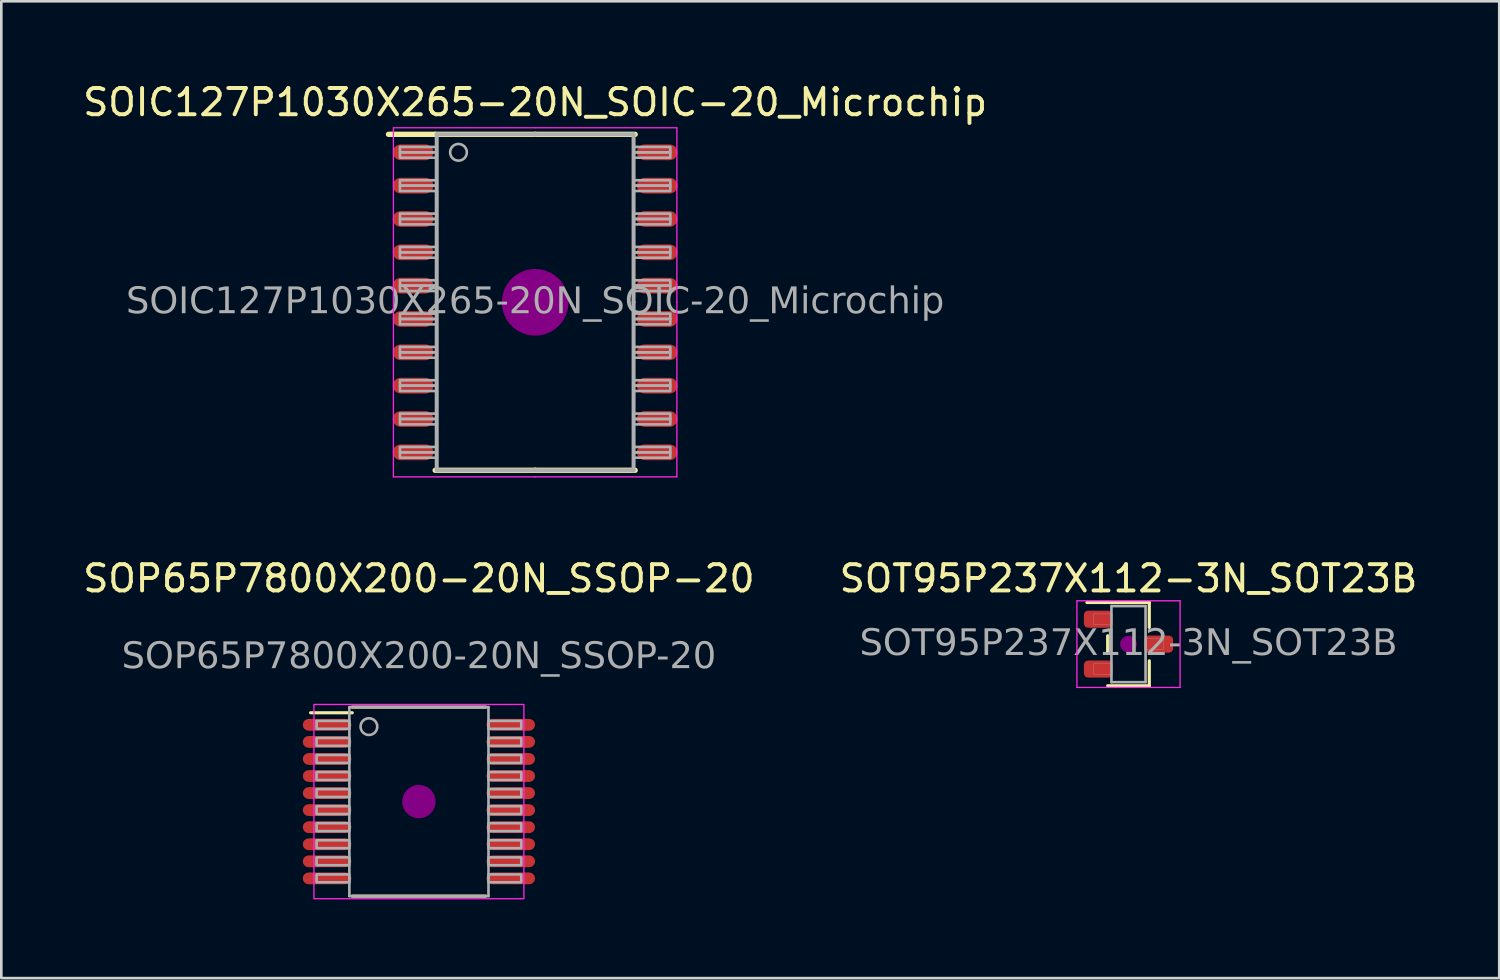
<source format=kicad_pcb>
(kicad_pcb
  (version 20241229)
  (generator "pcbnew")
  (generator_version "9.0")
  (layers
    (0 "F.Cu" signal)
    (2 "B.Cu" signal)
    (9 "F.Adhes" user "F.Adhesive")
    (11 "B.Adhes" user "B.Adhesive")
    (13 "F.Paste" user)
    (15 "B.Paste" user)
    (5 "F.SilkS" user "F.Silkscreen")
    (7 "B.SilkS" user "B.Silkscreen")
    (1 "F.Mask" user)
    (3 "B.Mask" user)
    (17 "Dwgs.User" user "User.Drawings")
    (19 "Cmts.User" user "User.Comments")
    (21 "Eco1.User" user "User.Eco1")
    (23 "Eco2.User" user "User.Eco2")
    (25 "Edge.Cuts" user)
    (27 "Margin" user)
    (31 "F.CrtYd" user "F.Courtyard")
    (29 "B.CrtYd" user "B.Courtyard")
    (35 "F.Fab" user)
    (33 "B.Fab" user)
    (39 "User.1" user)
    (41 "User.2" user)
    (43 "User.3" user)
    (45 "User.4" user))
  (footprint "SOIC127P1030X265-20N_SOIC-20_Microchip"
    (layer "F.Cu")
    (at 17.339 8.468)
    (property "Reference" "SOIC127P1030X265-20N_SOIC-20_Microchip" (at 0 -7.62 0) (layer "F.SilkS") (effects (font (size 1 1) (thickness 0.15))))
    (attr smd)
    (fp_line (start -3.81 -6.4) (end -5.588 -6.4) (stroke (width 0.203) (type solid)) (layer "F.SilkS"))
    (fp_line (start 0 -6.4) (end -3.81 -6.4) (stroke (width 0.203) (type solid)) (layer "F.SilkS"))
    (fp_line (start 0 -6.4) (end 3.81 -6.4) (stroke (width 0.203) (type solid)) (layer "F.SilkS"))
    (fp_line (start 0 6.4) (end -3.81 6.4) (stroke (width 0.203) (type solid)) (layer "F.SilkS"))
    (fp_line (start 0 6.4) (end 3.81 6.4) (stroke (width 0.203) (type solid)) (layer "F.SilkS"))
    (fp_circle (center 0 0) (end 1.27 0) (stroke (width 0) (type solid)) (fill yes) (layer "F.Adhes"))
    (fp_line (start -5.4 0) (end -5.4 -6.65) (stroke (width 0.05) (type solid)) (layer "F.CrtYd"))
    (fp_line (start -5.4 0) (end -5.4 6.65) (stroke (width 0.05) (type solid)) (layer "F.CrtYd"))
    (fp_line (start 0 -6.65) (end -5.4 -6.65) (stroke (width 0.05) (type solid)) (layer "F.CrtYd"))
    (fp_line (start 0 -6.65) (end 5.4 -6.65) (stroke (width 0.05) (type solid)) (layer "F.CrtYd"))
    (fp_line (start 0 6.65) (end -5.4 6.65) (stroke (width 0.05) (type solid)) (layer "F.CrtYd"))
    (fp_line (start 0 6.65) (end 5.4 6.65) (stroke (width 0.05) (type solid)) (layer "F.CrtYd"))
    (fp_line (start 5.4 0) (end 5.4 -6.65) (stroke (width 0.05) (type solid)) (layer "F.CrtYd"))
    (fp_line (start 5.4 0) (end 5.4 6.65) (stroke (width 0.05) (type solid)) (layer "F.CrtYd"))
    (fp_line (start -3.75 0) (end -3.75 -6.4) (stroke (width 0.152) (type solid)) (layer "F.Fab"))
    (fp_line (start -3.75 0) (end -3.75 6.4) (stroke (width 0.152) (type solid)) (layer "F.Fab"))
    (fp_line (start 0 -6.4) (end -3.75 -6.4) (stroke (width 0.152) (type solid)) (layer "F.Fab"))
    (fp_line (start 0 -6.4) (end 3.75 -6.4) (stroke (width 0.152) (type solid)) (layer "F.Fab"))
    (fp_line (start 0 6.4) (end -3.75 6.4) (stroke (width 0.152) (type solid)) (layer "F.Fab"))
    (fp_line (start 0 6.4) (end 3.75 6.4) (stroke (width 0.152) (type solid)) (layer "F.Fab"))
    (fp_line (start 3.75 0) (end 3.75 -6.4) (stroke (width 0.152) (type solid)) (layer "F.Fab"))
    (fp_line (start 3.75 0) (end 3.75 6.4) (stroke (width 0.152) (type solid)) (layer "F.Fab"))
    (fp_rect (start -3.75 -5.715) (end -5.15 -5.92) (stroke (width 0.1) (type solid)) (fill no) (layer "F.Fab"))
    (fp_rect (start -3.75 -5.51) (end -5.15 -5.715) (stroke (width 0.1) (type solid)) (fill no) (layer "F.Fab"))
    (fp_rect (start -3.75 -4.445) (end -5.15 -4.65) (stroke (width 0.1) (type solid)) (fill no) (layer "F.Fab"))
    (fp_rect (start -3.75 -4.24) (end -5.15 -4.445) (stroke (width 0.1) (type solid)) (fill no) (layer "F.Fab"))
    (fp_rect (start -3.75 -3.175) (end -5.15 -3.38) (stroke (width 0.1) (type solid)) (fill no) (layer "F.Fab"))
    (fp_rect (start -3.75 -2.97) (end -5.15 -3.175) (stroke (width 0.1) (type solid)) (fill no) (layer "F.Fab"))
    (fp_rect (start -3.75 -1.905) (end -5.15 -2.11) (stroke (width 0.1) (type solid)) (fill no) (layer "F.Fab"))
    (fp_rect (start -3.75 -1.7) (end -5.15 -1.905) (stroke (width 0.1) (type solid)) (fill no) (layer "F.Fab"))
    (fp_rect (start -3.75 -0.635) (end -5.15 -0.84) (stroke (width 0.1) (type solid)) (fill no) (layer "F.Fab"))
    (fp_rect (start -3.75 -0.43) (end -5.15 -0.635) (stroke (width 0.1) (type solid)) (fill no) (layer "F.Fab"))
    (fp_rect (start -3.75 0.43) (end -5.15 0.635) (stroke (width 0.1) (type solid)) (fill no) (layer "F.Fab"))
    (fp_rect (start -3.75 0.635) (end -5.15 0.84) (stroke (width 0.1) (type solid)) (fill no) (layer "F.Fab"))
    (fp_rect (start -3.75 1.7) (end -5.15 1.905) (stroke (width 0.1) (type solid)) (fill no) (layer "F.Fab"))
    (fp_rect (start -3.75 1.905) (end -5.15 2.11) (stroke (width 0.1) (type solid)) (fill no) (layer "F.Fab"))
    (fp_rect (start -3.75 2.97) (end -5.15 3.175) (stroke (width 0.1) (type solid)) (fill no) (layer "F.Fab"))
    (fp_rect (start -3.75 3.175) (end -5.15 3.38) (stroke (width 0.1) (type solid)) (fill no) (layer "F.Fab"))
    (fp_rect (start -3.75 4.24) (end -5.15 4.445) (stroke (width 0.1) (type solid)) (fill no) (layer "F.Fab"))
    (fp_rect (start -3.75 4.445) (end -5.15 4.65) (stroke (width 0.1) (type solid)) (fill no) (layer "F.Fab"))
    (fp_rect (start -3.75 5.51) (end -5.15 5.715) (stroke (width 0.1) (type solid)) (fill no) (layer "F.Fab"))
    (fp_rect (start -3.75 5.715) (end -5.15 5.92) (stroke (width 0.1) (type solid)) (fill no) (layer "F.Fab"))
    (fp_rect (start 3.75 -5.715) (end 5.15 -5.92) (stroke (width 0.1) (type solid)) (fill no) (layer "F.Fab"))
    (fp_rect (start 3.75 -5.51) (end 5.15 -5.715) (stroke (width 0.1) (type solid)) (fill no) (layer "F.Fab"))
    (fp_rect (start 3.75 -4.445) (end 5.15 -4.65) (stroke (width 0.1) (type solid)) (fill no) (layer "F.Fab"))
    (fp_rect (start 3.75 -4.24) (end 5.15 -4.445) (stroke (width 0.1) (type solid)) (fill no) (layer "F.Fab"))
    (fp_rect (start 3.75 -3.175) (end 5.15 -3.38) (stroke (width 0.1) (type solid)) (fill no) (layer "F.Fab"))
    (fp_rect (start 3.75 -2.97) (end 5.15 -3.175) (stroke (width 0.1) (type solid)) (fill no) (layer "F.Fab"))
    (fp_rect (start 3.75 -1.905) (end 5.15 -2.11) (stroke (width 0.1) (type solid)) (fill no) (layer "F.Fab"))
    (fp_rect (start 3.75 -1.7) (end 5.15 -1.905) (stroke (width 0.1) (type solid)) (fill no) (layer "F.Fab"))
    (fp_rect (start 3.75 -0.635) (end 5.15 -0.84) (stroke (width 0.1) (type solid)) (fill no) (layer "F.Fab"))
    (fp_rect (start 3.75 -0.43) (end 5.15 -0.635) (stroke (width 0.1) (type solid)) (fill no) (layer "F.Fab"))
    (fp_rect (start 3.75 0.43) (end 5.15 0.635) (stroke (width 0.1) (type solid)) (fill no) (layer "F.Fab"))
    (fp_rect (start 3.75 0.635) (end 5.15 0.84) (stroke (width 0.1) (type solid)) (fill no) (layer "F.Fab"))
    (fp_rect (start 3.75 1.7) (end 5.15 1.905) (stroke (width 0.1) (type solid)) (fill no) (layer "F.Fab"))
    (fp_rect (start 3.75 1.905) (end 5.15 2.11) (stroke (width 0.1) (type solid)) (fill no) (layer "F.Fab"))
    (fp_rect (start 3.75 2.97) (end 5.15 3.175) (stroke (width 0.1) (type solid)) (fill no) (layer "F.Fab"))
    (fp_rect (start 3.75 3.175) (end 5.15 3.38) (stroke (width 0.1) (type solid)) (fill no) (layer "F.Fab"))
    (fp_rect (start 3.75 4.24) (end 5.15 4.445) (stroke (width 0.1) (type solid)) (fill no) (layer "F.Fab"))
    (fp_rect (start 3.75 4.445) (end 5.15 4.65) (stroke (width 0.1) (type solid)) (fill no) (layer "F.Fab"))
    (fp_rect (start 3.75 5.51) (end 5.15 5.715) (stroke (width 0.1) (type solid)) (fill no) (layer "F.Fab"))
    (fp_rect (start 3.75 5.715) (end 5.15 5.92) (stroke (width 0.1) (type solid)) (fill no) (layer "F.Fab"))
    (fp_circle (center -2.921 -5.715) (end -2.603 -5.715) (stroke (width 0.1) (type solid)) (fill no) (layer "F.Fab"))
    (fp_text user "${REFERENCE}" (at 0 0 0) (layer "F.Fab") (effects (font (face "Tahoma") (size 1 1) (thickness 0.15))))
    (pad "1" smd roundrect (at -4.65 -5.715) (size 1.55 0.6) (layers "F.Cu" "F.Mask" "F.Paste") (roundrect_rratio 0.5))
    (pad "2" smd roundrect (at -4.65 -4.445) (size 1.55 0.6) (layers "F.Cu" "F.Mask" "F.Paste") (roundrect_rratio 0.5))
    (pad "3" smd roundrect (at -4.65 -3.175) (size 1.55 0.6) (layers "F.Cu" "F.Mask" "F.Paste") (roundrect_rratio 0.5))
    (pad "4" smd roundrect (at -4.65 -1.905) (size 1.55 0.6) (layers "F.Cu" "F.Mask" "F.Paste") (roundrect_rratio 0.5))
    (pad "5" smd roundrect (at -4.65 -0.635) (size 1.55 0.6) (layers "F.Cu" "F.Mask" "F.Paste") (roundrect_rratio 0.5))
    (pad "6" smd roundrect (at -4.65 0.635) (size 1.55 0.6) (layers "F.Cu" "F.Mask" "F.Paste") (roundrect_rratio 0.5))
    (pad "7" smd roundrect (at -4.65 1.905) (size 1.55 0.6) (layers "F.Cu" "F.Mask" "F.Paste") (roundrect_rratio 0.5))
    (pad "8" smd roundrect (at -4.65 3.175) (size 1.55 0.6) (layers "F.Cu" "F.Mask" "F.Paste") (roundrect_rratio 0.5))
    (pad "9" smd roundrect (at -4.65 4.445) (size 1.55 0.6) (layers "F.Cu" "F.Mask" "F.Paste") (roundrect_rratio 0.5))
    (pad "10" smd roundrect (at -4.65 5.715) (size 1.55 0.6) (layers "F.Cu" "F.Mask" "F.Paste") (roundrect_rratio 0.5))
    (pad "11" smd roundrect (at 4.65 5.715) (size 1.55 0.6) (layers "F.Cu" "F.Mask" "F.Paste") (roundrect_rratio 0.5))
    (pad "12" smd roundrect (at 4.65 4.445) (size 1.55 0.6) (layers "F.Cu" "F.Mask" "F.Paste") (roundrect_rratio 0.5))
    (pad "13" smd roundrect (at 4.65 3.175) (size 1.55 0.6) (layers "F.Cu" "F.Mask" "F.Paste") (roundrect_rratio 0.5))
    (pad "14" smd roundrect (at 4.65 1.905) (size 1.55 0.6) (layers "F.Cu" "F.Mask" "F.Paste") (roundrect_rratio 0.5))
    (pad "15" smd roundrect (at 4.65 0.635) (size 1.55 0.6) (layers "F.Cu" "F.Mask" "F.Paste") (roundrect_rratio 0.5))
    (pad "16" smd roundrect (at 4.65 -0.635) (size 1.55 0.6) (layers "F.Cu" "F.Mask" "F.Paste") (roundrect_rratio 0.5))
    (pad "17" smd roundrect (at 4.65 -1.905) (size 1.55 0.6) (layers "F.Cu" "F.Mask" "F.Paste") (roundrect_rratio 0.5))
    (pad "18" smd roundrect (at 4.65 -3.175) (size 1.55 0.6) (layers "F.Cu" "F.Mask" "F.Paste") (roundrect_rratio 0.5))
    (pad "19" smd roundrect (at 4.65 -4.445) (size 1.55 0.6) (layers "F.Cu" "F.Mask" "F.Paste") (roundrect_rratio 0.5))
    (pad "20" smd roundrect (at 4.65 -5.715) (size 1.55 0.6) (layers "F.Cu" "F.Mask" "F.Paste") (roundrect_rratio 0.5)))
  (footprint "SOT95P237X112-3N_SOT23B"
    (layer "F.Cu")
    (at 39.946 21.491)
    (property "Reference" "SOT95P237X112-3N_SOT23B" (at 0 -2.5 0) (layer "F.SilkS") (effects (font (size 1 1) (thickness 0.15))))
    (attr smd)
    (fp_line (start -0.794 -0.318) (end -0.794 0.318) (stroke (width 0.12) (type solid)) (layer "F.SilkS"))
    (fp_line (start -0.635 -1.587) (end -1.587 -1.587) (stroke (width 0.12) (type solid)) (layer "F.SilkS"))
    (fp_line (start 0.792 -1.587) (end -0.635 -1.587) (stroke (width 0.12) (type solid)) (layer "F.SilkS"))
    (fp_line (start 0.792 -1.587) (end 0.792 -0.635) (stroke (width 0.12) (type solid)) (layer "F.SilkS"))
    (fp_line (start 0.792 0.635) (end 0.792 1.587) (stroke (width 0.12) (type solid)) (layer "F.SilkS"))
    (fp_line (start 0.792 1.587) (end -0.794 1.587) (stroke (width 0.12) (type solid)) (layer "F.SilkS"))
    (fp_circle (center 0 0) (end 0.318 0) (stroke (width 0) (type solid)) (fill yes) (layer "F.Adhes"))
    (fp_line (start -1.965 -1.65) (end 1.965 -1.65) (stroke (width 0.05) (type solid)) (layer "F.CrtYd"))
    (fp_line (start -1.965 1.65) (end -1.965 -1.65) (stroke (width 0.05) (type solid)) (layer "F.CrtYd"))
    (fp_line (start 1.965 -1.65) (end 1.965 1.65) (stroke (width 0.05) (type solid)) (layer "F.CrtYd"))
    (fp_line (start 1.965 1.65) (end -1.965 1.65) (stroke (width 0.05) (type solid)) (layer "F.CrtYd"))
    (fp_line (start -0.65 -1.45) (end -0.65 1.45) (stroke (width 0.1) (type solid)) (layer "F.Fab"))
    (fp_line (start -0.65 1.45) (end 0.65 1.45) (stroke (width 0.1) (type solid)) (layer "F.Fab"))
    (fp_line (start 0.65 -1.45) (end -0.65 -1.45) (stroke (width 0.1) (type solid)) (layer "F.Fab"))
    (fp_line (start 0.65 1.45) (end 0.65 -1.45) (stroke (width 0.1) (type solid)) (layer "F.Fab"))
    (fp_rect (start -1.32 -1.15) (end -0.65 -0.75) (stroke (width 0.01) (type solid)) (fill no) (layer "F.Fab"))
    (fp_rect (start -1.32 0.75) (end -0.65 1.15) (stroke (width 0.01) (type solid)) (fill no) (layer "F.Fab"))
    (fp_rect (start 1.32 0.2) (end 0.65 -0.2) (stroke (width 0.01) (type solid)) (fill no) (layer "F.Fab"))
    (fp_text user "${REFERENCE}" (at 0 0 0) (layer "F.Fab") (effects (font (face "Tahoma") (size 1 1) (thickness 0.15))))
    (pad "1" smd roundrect (at -1.15 -0.95) (size 1.1 0.65) (layers "F.Cu" "F.Mask" "F.Paste") (roundrect_rratio 0.25))
    (pad "2" smd roundrect (at -1.15 0.95) (size 1.1 0.65) (layers "F.Cu" "F.Mask" "F.Paste") (roundrect_rratio 0.25))
    (pad "3" smd roundrect (at 1.15 0) (size 1.1 0.65) (layers "F.Cu" "F.Mask" "F.Paste") (roundrect_rratio 0.25)))
  (footprint "SOP65P7800X200-20N_SSOP-20"
    (layer "F.Cu")
    (at 12.911 27.491)
    (property "Reference" "SOP65P7800X200-20N_SSOP-20" (at 0 -8.5 0) (layer "F.SilkS") (effects (font (size 1 1) (thickness 0.15))))
    (attr smd)
    (fp_line (start -2.54 -3.6) (end 2.54 -3.6) (stroke (width 0.12) (type solid)) (layer "F.SilkS"))
    (fp_line (start -2.54 -3.385) (end -4.128 -3.385) (stroke (width 0.12) (type solid)) (layer "F.SilkS"))
    (fp_line (start -2.54 3.6) (end 2.54 3.6) (stroke (width 0.12) (type solid)) (layer "F.SilkS"))
    (fp_circle (center 0 0) (end 0.635 0) (stroke (width 0) (type solid)) (fill yes) (layer "F.Adhes"))
    (fp_rect (start -4 -3.7) (end 4 3.7) (stroke (width 0.05) (type default)) (fill no) (layer "F.CrtYd"))
    (fp_line (start -2.65 -3.6) (end 2.65 -3.6) (stroke (width 0.1) (type solid)) (layer "F.Fab"))
    (fp_line (start -2.65 3.6) (end -2.65 -3.6) (stroke (width 0.1) (type solid)) (layer "F.Fab"))
    (fp_line (start 2.65 -3.6) (end 2.65 3.6) (stroke (width 0.1) (type solid)) (layer "F.Fab"))
    (fp_line (start 2.65 3.6) (end -2.65 3.6) (stroke (width 0.1) (type solid)) (layer "F.Fab"))
    (fp_rect (start -3.9 -3.075) (end -2.65 -2.775) (stroke (width 0.1) (type solid)) (fill no) (layer "F.Fab"))
    (fp_rect (start -3.9 -2.425) (end -2.65 -2.125) (stroke (width 0.1) (type solid)) (fill no) (layer "F.Fab"))
    (fp_rect (start -3.9 -1.775) (end -2.65 -1.475) (stroke (width 0.1) (type solid)) (fill no) (layer "F.Fab"))
    (fp_rect (start -3.9 -1.125) (end -2.65 -0.825) (stroke (width 0.1) (type solid)) (fill no) (layer "F.Fab"))
    (fp_rect (start -3.9 -0.475) (end -2.65 -0.175) (stroke (width 0.1) (type solid)) (fill no) (layer "F.Fab"))
    (fp_rect (start -3.9 0.175) (end -2.65 0.475) (stroke (width 0.1) (type solid)) (fill no) (layer "F.Fab"))
    (fp_rect (start -3.9 0.825) (end -2.65 1.125) (stroke (width 0.1) (type solid)) (fill no) (layer "F.Fab"))
    (fp_rect (start -3.9 1.475) (end -2.65 1.775) (stroke (width 0.1) (type solid)) (fill no) (layer "F.Fab"))
    (fp_rect (start -3.9 2.125) (end -2.65 2.425) (stroke (width 0.1) (type solid)) (fill no) (layer "F.Fab"))
    (fp_rect (start -3.9 2.775) (end -2.65 3.075) (stroke (width 0.1) (type solid)) (fill no) (layer "F.Fab"))
    (fp_rect (start 3.9 -2.775) (end 2.65 -3.075) (stroke (width 0.1) (type solid)) (fill no) (layer "F.Fab"))
    (fp_rect (start 3.9 -2.125) (end 2.65 -2.425) (stroke (width 0.1) (type solid)) (fill no) (layer "F.Fab"))
    (fp_rect (start 3.9 -1.475) (end 2.65 -1.775) (stroke (width 0.1) (type solid)) (fill no) (layer "F.Fab"))
    (fp_rect (start 3.9 -0.825) (end 2.65 -1.125) (stroke (width 0.1) (type solid)) (fill no) (layer "F.Fab"))
    (fp_rect (start 3.9 -0.175) (end 2.65 -0.475) (stroke (width 0.1) (type solid)) (fill no) (layer "F.Fab"))
    (fp_rect (start 3.9 0.475) (end 2.65 0.175) (stroke (width 0.1) (type solid)) (fill no) (layer "F.Fab"))
    (fp_rect (start 3.9 1.125) (end 2.65 0.825) (stroke (width 0.1) (type solid)) (fill no) (layer "F.Fab"))
    (fp_rect (start 3.9 1.775) (end 2.65 1.475) (stroke (width 0.1) (type solid)) (fill no) (layer "F.Fab"))
    (fp_rect (start 3.9 2.425) (end 2.65 2.125) (stroke (width 0.1) (type solid)) (fill no) (layer "F.Fab"))
    (fp_rect (start 3.9 3.075) (end 2.65 2.775) (stroke (width 0.1) (type solid)) (fill no) (layer "F.Fab"))
    (fp_circle (center -1.905 -2.857) (end -1.587 -2.857) (stroke (width 0.1) (type solid)) (fill no) (layer "F.Fab"))
    (fp_text user "${REFERENCE}" (at 0 -5.5 0) (layer "F.Fab") (effects (font (face "Tahoma") (size 1 1) (thickness 0.15))))
    (pad "1" smd roundrect (at -3.5 -2.925) (size 1.85 0.45) (layers "F.Cu" "F.Mask" "F.Paste") (roundrect_rratio 0.5))
    (pad "2" smd roundrect (at -3.5 -2.275) (size 1.85 0.45) (layers "F.Cu" "F.Mask" "F.Paste") (roundrect_rratio 0.5))
    (pad "3" smd roundrect (at -3.5 -1.625) (size 1.85 0.45) (layers "F.Cu" "F.Mask" "F.Paste") (roundrect_rratio 0.5))
    (pad "4" smd roundrect (at -3.5 -0.975) (size 1.85 0.45) (layers "F.Cu" "F.Mask" "F.Paste") (roundrect_rratio 0.5))
    (pad "5" smd roundrect (at -3.5 -0.325) (size 1.85 0.45) (layers "F.Cu" "F.Mask" "F.Paste") (roundrect_rratio 0.5))
    (pad "6" smd roundrect (at -3.5 0.325) (size 1.85 0.45) (layers "F.Cu" "F.Mask" "F.Paste") (roundrect_rratio 0.5))
    (pad "7" smd roundrect (at -3.5 0.975) (size 1.85 0.45) (layers "F.Cu" "F.Mask" "F.Paste") (roundrect_rratio 0.5))
    (pad "8" smd roundrect (at -3.5 1.625) (size 1.85 0.45) (layers "F.Cu" "F.Mask" "F.Paste") (roundrect_rratio 0.5))
    (pad "9" smd roundrect (at -3.5 2.275) (size 1.85 0.45) (layers "F.Cu" "F.Mask" "F.Paste") (roundrect_rratio 0.5))
    (pad "10" smd roundrect (at -3.5 2.925) (size 1.85 0.45) (layers "F.Cu" "F.Mask" "F.Paste") (roundrect_rratio 0.5))
    (pad "11" smd roundrect (at 3.5 2.925) (size 1.85 0.45) (layers "F.Cu" "F.Mask" "F.Paste") (roundrect_rratio 0.5))
    (pad "12" smd roundrect (at 3.5 2.275) (size 1.85 0.45) (layers "F.Cu" "F.Mask" "F.Paste") (roundrect_rratio 0.5))
    (pad "13" smd roundrect (at 3.5 1.625) (size 1.85 0.45) (layers "F.Cu" "F.Mask" "F.Paste") (roundrect_rratio 0.5))
    (pad "14" smd roundrect (at 3.5 0.975) (size 1.85 0.45) (layers "F.Cu" "F.Mask" "F.Paste") (roundrect_rratio 0.5))
    (pad "15" smd roundrect (at 3.5 0.325) (size 1.85 0.45) (layers "F.Cu" "F.Mask" "F.Paste") (roundrect_rratio 0.5))
    (pad "16" smd roundrect (at 3.5 -0.325) (size 1.85 0.45) (layers "F.Cu" "F.Mask" "F.Paste") (roundrect_rratio 0.5))
    (pad "17" smd roundrect (at 3.5 -0.975) (size 1.85 0.45) (layers "F.Cu" "F.Mask" "F.Paste") (roundrect_rratio 0.5))
    (pad "18" smd roundrect (at 3.5 -1.625) (size 1.85 0.45) (layers "F.Cu" "F.Mask" "F.Paste") (roundrect_rratio 0.5))
    (pad "19" smd roundrect (at 3.5 -2.275) (size 1.85 0.45) (layers "F.Cu" "F.Mask" "F.Paste") (roundrect_rratio 0.5))
    (pad "20" smd roundrect (at 3.5 -2.925) (size 1.85 0.45) (layers "F.Cu" "F.Mask" "F.Paste") (roundrect_rratio 0.5)))
  (gr_rect
    (start -3 -3)
    (end 54.071 34.217)
    (stroke (width 0.1) (type default))
    (fill no)
    (layer "Edge.Cuts")))
</source>
